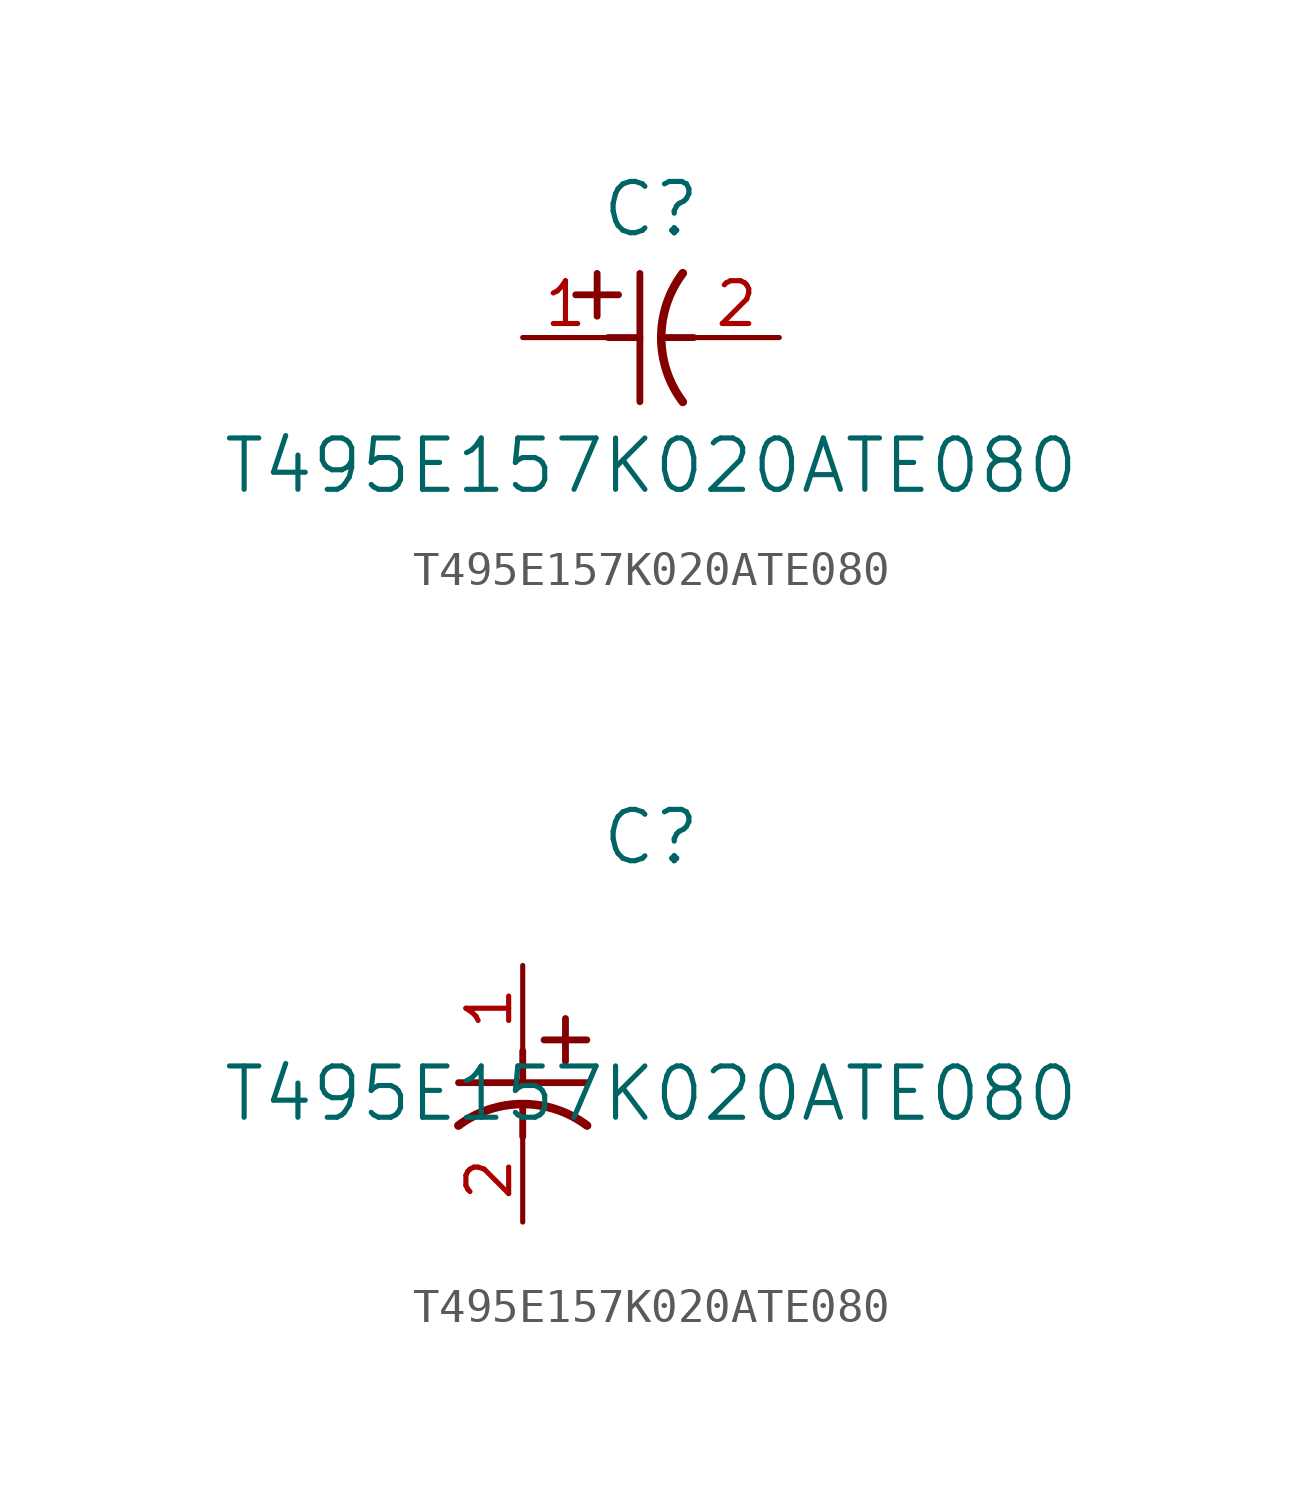
<source format=kicad_sym>
(kicad_symbol_lib
  (version 20211014)
  (generator kicad_symbol_editor)
  (symbol "T495E157K020ATE080"
    (pin_names
      (offset 0.254))
    (property "Reference" "C"
      (at 3.81 3.81 0)
      (effects (font (size 1.524 1.524))))
    (property "Value" "T495E157K020ATE080"
      (at 3.81 -3.81 0)
      (effects (font (size 1.524 1.524))))
    (symbol "T495E157K020ATE080_1_1"
      (polyline (pts (xy 2.21 0.635) (xy 2.21 1.905)) (stroke (width 0.203) (type default) (color 0 0 0 0)) (fill (type none)))
      (arc (start 4.754132 1.910763) (mid 4.1148 0) (end 4.754132 -1.910763) (stroke (width 0.254) (type default) (color 0 0 0 0)) (fill (type none)))
      (polyline (pts (xy 4.115 0) (xy 5.08 0)) (stroke (width 0.203) (type default) (color 0 0 0 0)) (fill (type none)))
      (polyline (pts (xy 3.48 -1.905) (xy 3.48 1.905)) (stroke (width 0.203) (type default) (color 0 0 0 0)) (fill (type none)))
      (polyline (pts (xy 1.575 1.27) (xy 2.845 1.27)) (stroke (width 0.203) (type default) (color 0 0 0 0)) (fill (type none)))
      (polyline (pts (xy 2.54 0) (xy 3.48 0)) (stroke (width 0.203) (type default) (color 0 0 0 0)) (fill (type none)))
      (pin unspecified line (at 0 0 0) (length 2.54) (name "" (effects (font (size 1.27 1.27)))) (number "1" (effects (font (size 1.27 1.27)))))
      (pin unspecified line (at 7.62 0 180) (length 2.54) (name "" (effects (font (size 1.27 1.27)))) (number "2" (effects (font (size 1.27 1.27))))))
    (symbol "T495E157K020ATE080_1_2"
      (polyline (pts (xy 0 -2.54) (xy 0 -3.48)) (stroke (width 0.203) (type default) (color 0 0 0 0)) (fill (type none)))
      (arc (start 1.910763 -4.754132) (mid 0 -4.1148) (end -1.910763 -4.754132) (stroke (width 0.254) (type default) (color 0 0 0 0)) (fill (type none)))
      (polyline (pts (xy -1.905 -3.48) (xy 1.905 -3.48)) (stroke (width 0.203) (type default) (color 0 0 0 0)) (fill (type none)))
      (polyline (pts (xy 0.635 -2.21) (xy 1.905 -2.21)) (stroke (width 0.203) (type default) (color 0 0 0 0)) (fill (type none)))
      (polyline (pts (xy 1.27 -1.575) (xy 1.27 -2.845)) (stroke (width 0.203) (type default) (color 0 0 0 0)) (fill (type none)))
      (polyline (pts (xy 0 -4.115) (xy 0 -5.08)) (stroke (width 0.203) (type default) (color 0 0 0 0)) (fill (type none)))
      (pin unspecified line (at 0 0 270) (length 2.54) (name "" (effects (font (size 1.27 1.27)))) (number "1" (effects (font (size 1.27 1.27)))))
      (pin unspecified line (at 0 -7.62 90) (length 2.54) (name "" (effects (font (size 1.27 1.27)))) (number "2" (effects (font (size 1.27 1.27))))))))
</source>
